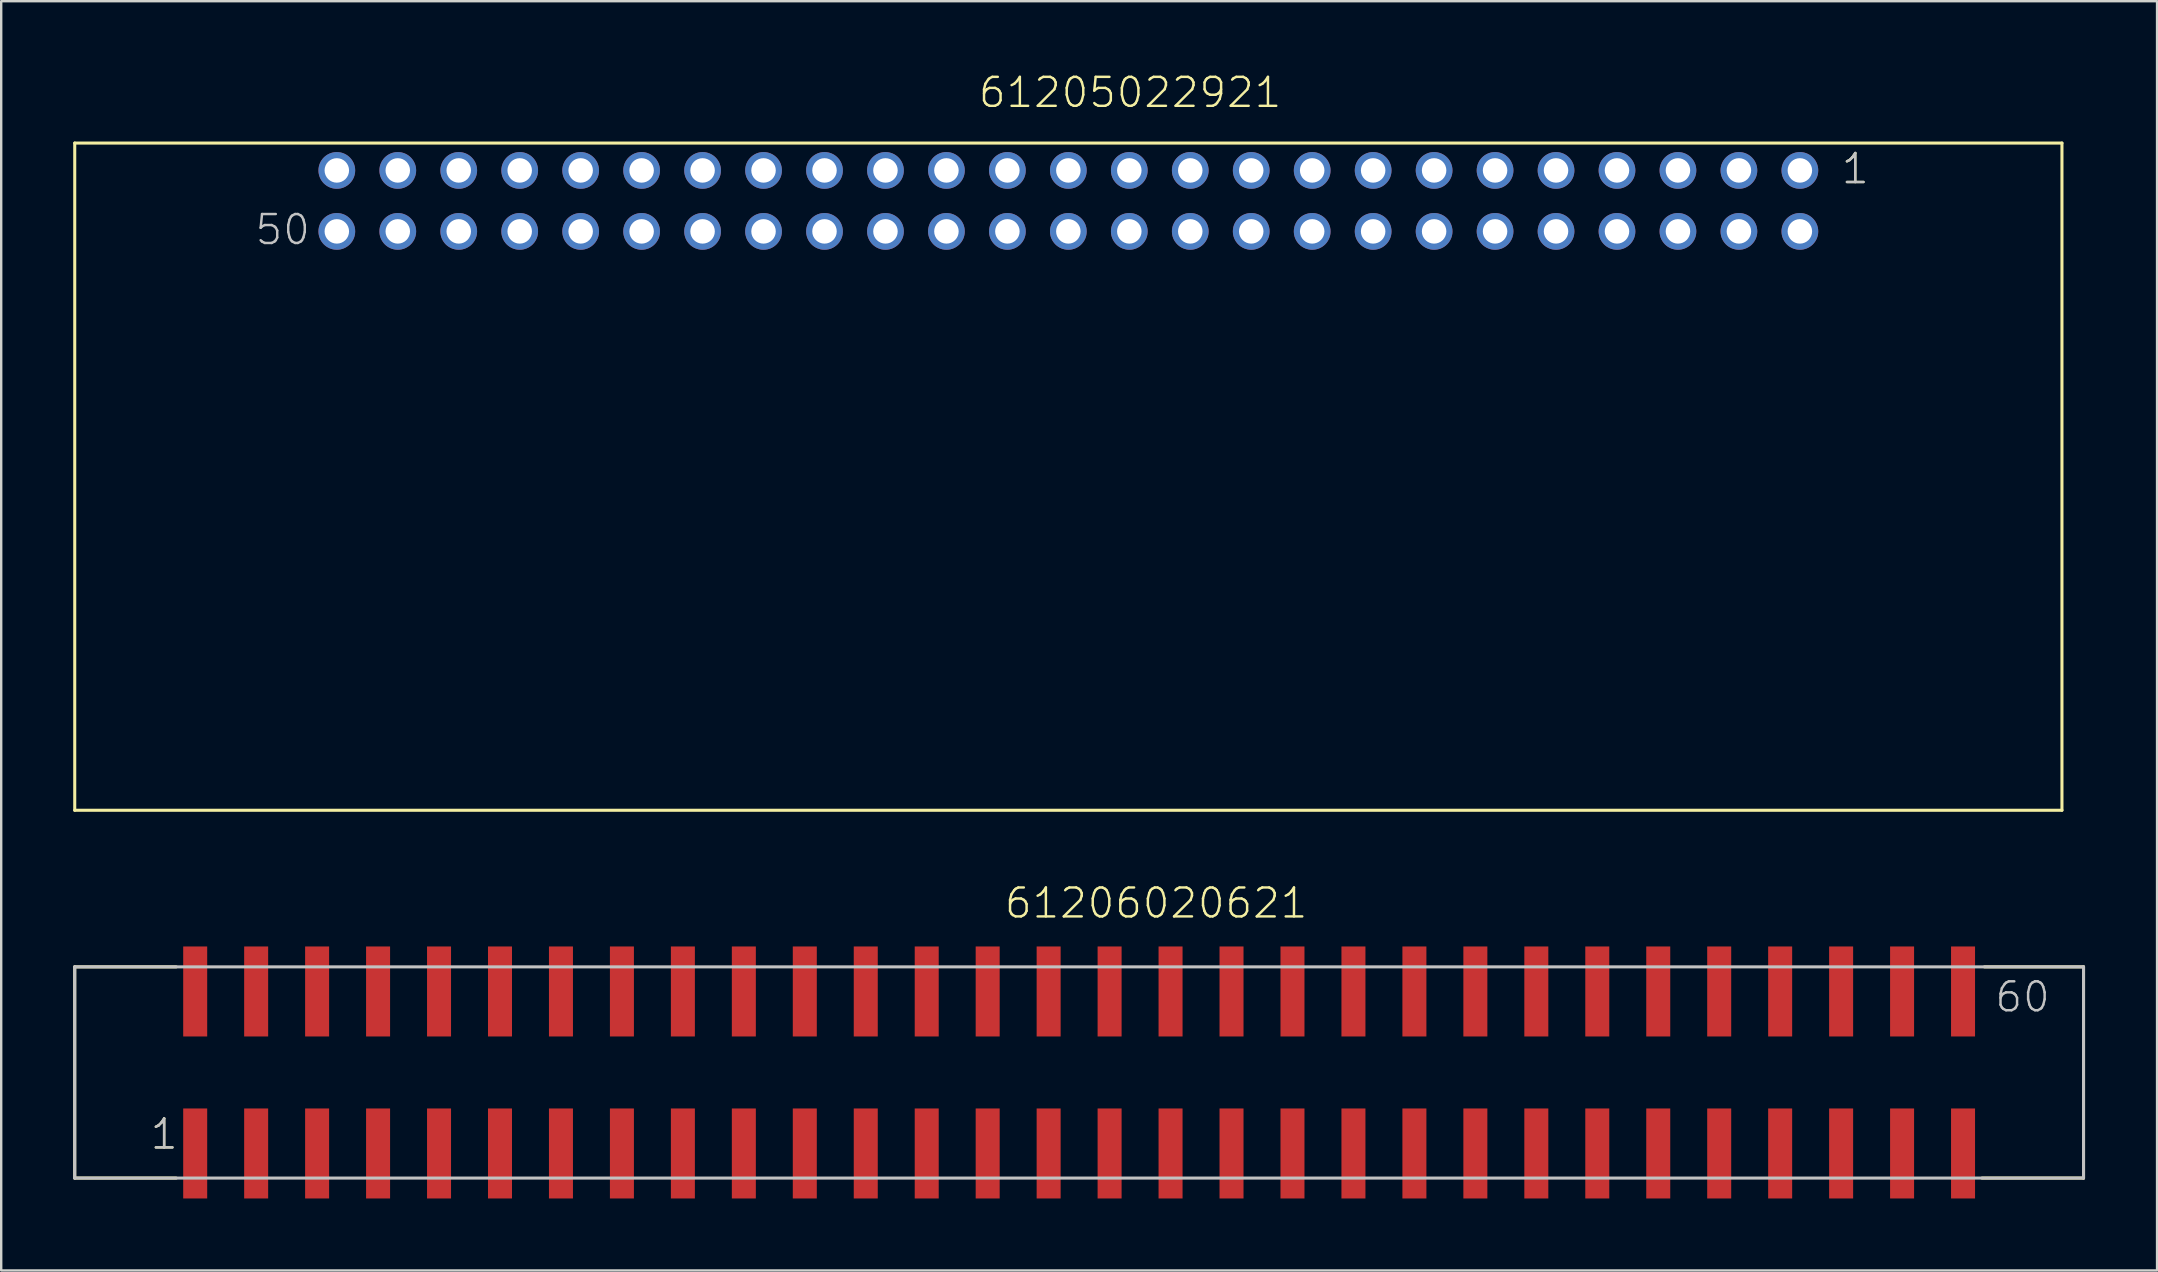
<source format=kicad_pcb>
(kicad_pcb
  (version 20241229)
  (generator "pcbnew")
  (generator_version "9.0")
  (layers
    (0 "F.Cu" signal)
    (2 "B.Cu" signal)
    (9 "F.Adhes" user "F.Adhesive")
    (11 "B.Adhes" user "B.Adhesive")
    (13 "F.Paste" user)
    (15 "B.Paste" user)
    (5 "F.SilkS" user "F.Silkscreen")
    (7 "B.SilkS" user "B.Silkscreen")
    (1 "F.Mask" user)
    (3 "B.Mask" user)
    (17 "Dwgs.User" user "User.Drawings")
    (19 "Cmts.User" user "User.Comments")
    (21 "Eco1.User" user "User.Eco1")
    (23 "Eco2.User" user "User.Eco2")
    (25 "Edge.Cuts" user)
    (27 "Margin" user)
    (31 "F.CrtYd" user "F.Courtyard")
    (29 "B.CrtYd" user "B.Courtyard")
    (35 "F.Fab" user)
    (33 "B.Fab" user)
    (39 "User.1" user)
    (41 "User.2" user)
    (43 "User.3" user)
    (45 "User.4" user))
  (footprint "61205022921"
    (layer "F.Cu")
    (at 41.464 5.321)
    (property "Reference" "61205022921" (at -3.81 -3.81 0) (layer "F.SilkS") (effects (font (size 1.206 1.206) (thickness 0.102)) (justify left bottom)))
    (attr through_hole)
    (fp_line (start -41.4 -2.41) (end -41.4 25.39) (stroke (width 0.127) (type solid)) (layer "F.SilkS"))
    (fp_line (start -41.4 -2.41) (end 41.4 -2.41) (stroke (width 0.127) (type solid)) (layer "F.SilkS"))
    (fp_line (start -41.4 25.39) (end 41.4 25.39) (stroke (width 0.127) (type solid)) (layer "F.SilkS"))
    (fp_line (start 41.4 -2.41) (end 41.4 25.39) (stroke (width 0.127) (type solid)) (layer "F.SilkS"))
    (fp_text user "1" (at 32.145 -0.635 0) (layer "F.SilkS") (effects (font (size 1.206 1.206) (thickness 0.102)) (justify left bottom)))
    (fp_text user "50" (at -33.95 1.905 0) (layer "Dwgs.User") (effects (font (size 1.206 1.206) (thickness 0.102)) (justify left bottom)))
    (fp_text user "1" (at 32.145 -0.635 0) (layer "Dwgs.User") (effects (font (size 1.206 1.206) (thickness 0.102)) (justify left bottom)))
    (pad "1" thru_hole circle (at 30.48 -1.27) (size 1.53 1.53) (drill 1.02) (layers "*.Cu" "*.Mask"))
    (pad "2" thru_hole circle (at 30.48 1.27) (size 1.53 1.53) (drill 1.02) (layers "*.Cu" "*.Mask"))
    (pad "3" thru_hole circle (at 27.94 -1.27) (size 1.53 1.53) (drill 1.02) (layers "*.Cu" "*.Mask"))
    (pad "4" thru_hole circle (at 27.94 1.27) (size 1.53 1.53) (drill 1.02) (layers "*.Cu" "*.Mask"))
    (pad "5" thru_hole circle (at 25.4 -1.27) (size 1.53 1.53) (drill 1.02) (layers "*.Cu" "*.Mask"))
    (pad "6" thru_hole circle (at 25.4 1.27) (size 1.53 1.53) (drill 1.02) (layers "*.Cu" "*.Mask"))
    (pad "7" thru_hole circle (at 22.86 -1.27) (size 1.53 1.53) (drill 1.02) (layers "*.Cu" "*.Mask"))
    (pad "8" thru_hole circle (at 22.86 1.27) (size 1.53 1.53) (drill 1.02) (layers "*.Cu" "*.Mask"))
    (pad "9" thru_hole circle (at 20.32 -1.27) (size 1.53 1.53) (drill 1.02) (layers "*.Cu" "*.Mask"))
    (pad "10" thru_hole circle (at 20.32 1.27) (size 1.53 1.53) (drill 1.02) (layers "*.Cu" "*.Mask"))
    (pad "11" thru_hole circle (at 17.78 -1.27) (size 1.53 1.53) (drill 1.02) (layers "*.Cu" "*.Mask"))
    (pad "12" thru_hole circle (at 17.78 1.27) (size 1.53 1.53) (drill 1.02) (layers "*.Cu" "*.Mask"))
    (pad "13" thru_hole circle (at 15.24 -1.27) (size 1.53 1.53) (drill 1.02) (layers "*.Cu" "*.Mask"))
    (pad "14" thru_hole circle (at 15.24 1.27) (size 1.53 1.53) (drill 1.02) (layers "*.Cu" "*.Mask"))
    (pad "15" thru_hole circle (at 12.7 -1.27) (size 1.53 1.53) (drill 1.02) (layers "*.Cu" "*.Mask"))
    (pad "16" thru_hole circle (at 12.7 1.27) (size 1.53 1.53) (drill 1.02) (layers "*.Cu" "*.Mask"))
    (pad "17" thru_hole circle (at 10.16 -1.27) (size 1.53 1.53) (drill 1.02) (layers "*.Cu" "*.Mask"))
    (pad "18" thru_hole circle (at 10.16 1.27) (size 1.53 1.53) (drill 1.02) (layers "*.Cu" "*.Mask"))
    (pad "19" thru_hole circle (at 7.62 -1.27) (size 1.53 1.53) (drill 1.02) (layers "*.Cu" "*.Mask"))
    (pad "20" thru_hole circle (at 7.62 1.27) (size 1.53 1.53) (drill 1.02) (layers "*.Cu" "*.Mask"))
    (pad "21" thru_hole circle (at 5.08 -1.27) (size 1.53 1.53) (drill 1.02) (layers "*.Cu" "*.Mask"))
    (pad "22" thru_hole circle (at 5.08 1.27) (size 1.53 1.53) (drill 1.02) (layers "*.Cu" "*.Mask"))
    (pad "23" thru_hole circle (at 2.54 -1.27) (size 1.53 1.53) (drill 1.02) (layers "*.Cu" "*.Mask"))
    (pad "24" thru_hole circle (at 2.54 1.27) (size 1.53 1.53) (drill 1.02) (layers "*.Cu" "*.Mask"))
    (pad "25" thru_hole circle (at 0 -1.27) (size 1.53 1.53) (drill 1.02) (layers "*.Cu" "*.Mask"))
    (pad "26" thru_hole circle (at 0 1.27) (size 1.53 1.53) (drill 1.02) (layers "*.Cu" "*.Mask"))
    (pad "27" thru_hole circle (at -2.54 -1.27) (size 1.53 1.53) (drill 1.02) (layers "*.Cu" "*.Mask"))
    (pad "28" thru_hole circle (at -2.54 1.27) (size 1.53 1.53) (drill 1.02) (layers "*.Cu" "*.Mask"))
    (pad "29" thru_hole circle (at -5.08 -1.27) (size 1.53 1.53) (drill 1.02) (layers "*.Cu" "*.Mask"))
    (pad "30" thru_hole circle (at -5.08 1.27) (size 1.53 1.53) (drill 1.02) (layers "*.Cu" "*.Mask"))
    (pad "31" thru_hole circle (at -7.62 -1.27) (size 1.53 1.53) (drill 1.02) (layers "*.Cu" "*.Mask"))
    (pad "32" thru_hole circle (at -7.62 1.27) (size 1.53 1.53) (drill 1.02) (layers "*.Cu" "*.Mask"))
    (pad "33" thru_hole circle (at -10.16 -1.27) (size 1.53 1.53) (drill 1.02) (layers "*.Cu" "*.Mask"))
    (pad "34" thru_hole circle (at -10.16 1.27) (size 1.53 1.53) (drill 1.02) (layers "*.Cu" "*.Mask"))
    (pad "35" thru_hole circle (at -12.7 -1.27) (size 1.53 1.53) (drill 1.02) (layers "*.Cu" "*.Mask"))
    (pad "36" thru_hole circle (at -12.7 1.27) (size 1.53 1.53) (drill 1.02) (layers "*.Cu" "*.Mask"))
    (pad "37" thru_hole circle (at -15.24 -1.27) (size 1.53 1.53) (drill 1.02) (layers "*.Cu" "*.Mask"))
    (pad "38" thru_hole circle (at -15.24 1.27) (size 1.53 1.53) (drill 1.02) (layers "*.Cu" "*.Mask"))
    (pad "39" thru_hole circle (at -17.78 -1.27) (size 1.53 1.53) (drill 1.02) (layers "*.Cu" "*.Mask"))
    (pad "40" thru_hole circle (at -17.78 1.27) (size 1.53 1.53) (drill 1.02) (layers "*.Cu" "*.Mask"))
    (pad "41" thru_hole circle (at -20.32 -1.27) (size 1.53 1.53) (drill 1.02) (layers "*.Cu" "*.Mask"))
    (pad "42" thru_hole circle (at -20.32 1.27) (size 1.53 1.53) (drill 1.02) (layers "*.Cu" "*.Mask"))
    (pad "43" thru_hole circle (at -22.86 -1.27) (size 1.53 1.53) (drill 1.02) (layers "*.Cu" "*.Mask"))
    (pad "44" thru_hole circle (at -22.86 1.27) (size 1.53 1.53) (drill 1.02) (layers "*.Cu" "*.Mask"))
    (pad "45" thru_hole circle (at -25.4 -1.27) (size 1.53 1.53) (drill 1.02) (layers "*.Cu" "*.Mask"))
    (pad "46" thru_hole circle (at -25.4 1.27) (size 1.53 1.53) (drill 1.02) (layers "*.Cu" "*.Mask"))
    (pad "47" thru_hole circle (at -27.94 -1.27) (size 1.53 1.53) (drill 1.02) (layers "*.Cu" "*.Mask"))
    (pad "48" thru_hole circle (at -27.94 1.27) (size 1.53 1.53) (drill 1.02) (layers "*.Cu" "*.Mask"))
    (pad "49" thru_hole circle (at -30.48 -1.27) (size 1.53 1.53) (drill 1.02) (layers "*.Cu" "*.Mask"))
    (pad "50" thru_hole circle (at -30.48 1.27) (size 1.53 1.53) (drill 1.02) (layers "*.Cu" "*.Mask")))
  (footprint "61206020621"
    (layer "F.Cu")
    (at 41.913 41.636)
    (property "Reference" "61206020621" (at -3.175 -6.35 0) (layer "F.SilkS") (effects (font (size 1.206 1.206) (thickness 0.102)) (justify left bottom)))
    (attr through_hole)
    (fp_line (start -41.85 -4.4) (end -41.85 4.4) (stroke (width 0.127) (type solid)) (layer "F.SilkS"))
    (fp_line (start -41.85 4.4) (end -37.62 4.4) (stroke (width 0.127) (type solid)) (layer "F.SilkS"))
    (fp_line (start -37.62 -4.4) (end -41.85 -4.4) (stroke (width 0.127) (type solid)) (layer "F.SilkS"))
    (fp_line (start 37.72 -4.4) (end 41.85 -4.4) (stroke (width 0.127) (type solid)) (layer "F.SilkS"))
    (fp_line (start 41.85 -4.4) (end 41.85 4.4) (stroke (width 0.127) (type solid)) (layer "F.SilkS"))
    (fp_line (start 41.85 4.4) (end 37.62 4.4) (stroke (width 0.127) (type solid)) (layer "F.SilkS"))
    (fp_line (start -41.85 -4.4) (end -41.85 4.4) (stroke (width 0.127) (type solid)) (layer "Dwgs.User"))
    (fp_line (start -41.85 4.4) (end 41.85 4.4) (stroke (width 0.127) (type solid)) (layer "Dwgs.User"))
    (fp_line (start 41.85 -4.4) (end -41.85 -4.4) (stroke (width 0.127) (type solid)) (layer "Dwgs.User"))
    (fp_line (start 41.85 4.4) (end 41.85 -4.4) (stroke (width 0.127) (type solid)) (layer "Dwgs.User"))
    (fp_text user "1" (at -38.765 3.275 0) (layer "F.SilkS") (effects (font (size 1.206 1.206) (thickness 0.102)) (justify left bottom)))
    (fp_text user "1" (at -38.765 3.275 0) (layer "Dwgs.User") (effects (font (size 1.206 1.206) (thickness 0.102)) (justify left bottom)))
    (fp_text user "60" (at 38.095 -2.44 0) (layer "Dwgs.User") (effects (font (size 1.206 1.206) (thickness 0.102)) (justify left bottom)))
    (pad "1" smd rect (at -36.83 3.375 180) (size 1 3.75) (layers "F.Cu" "F.Mask" "F.Paste"))
    (pad "2" smd rect (at -36.83 -3.375 180) (size 1 3.75) (layers "F.Cu" "F.Mask" "F.Paste"))
    (pad "3" smd rect (at -34.29 3.375 180) (size 1 3.75) (layers "F.Cu" "F.Mask" "F.Paste"))
    (pad "4" smd rect (at -34.29 -3.375 180) (size 1 3.75) (layers "F.Cu" "F.Mask" "F.Paste"))
    (pad "5" smd rect (at -31.75 3.375 180) (size 1 3.75) (layers "F.Cu" "F.Mask" "F.Paste"))
    (pad "6" smd rect (at -31.75 -3.375 180) (size 1 3.75) (layers "F.Cu" "F.Mask" "F.Paste"))
    (pad "7" smd rect (at -29.21 3.375 180) (size 1 3.75) (layers "F.Cu" "F.Mask" "F.Paste"))
    (pad "8" smd rect (at -29.21 -3.375 180) (size 1 3.75) (layers "F.Cu" "F.Mask" "F.Paste"))
    (pad "9" smd rect (at -26.67 3.375 180) (size 1 3.75) (layers "F.Cu" "F.Mask" "F.Paste"))
    (pad "10" smd rect (at -26.67 -3.375 180) (size 1 3.75) (layers "F.Cu" "F.Mask" "F.Paste"))
    (pad "11" smd rect (at -24.13 3.375 180) (size 1 3.75) (layers "F.Cu" "F.Mask" "F.Paste"))
    (pad "12" smd rect (at -24.13 -3.375 180) (size 1 3.75) (layers "F.Cu" "F.Mask" "F.Paste"))
    (pad "13" smd rect (at -21.59 3.375 180) (size 1 3.75) (layers "F.Cu" "F.Mask" "F.Paste"))
    (pad "14" smd rect (at -21.59 -3.375 180) (size 1 3.75) (layers "F.Cu" "F.Mask" "F.Paste"))
    (pad "15" smd rect (at -19.05 3.375 180) (size 1 3.75) (layers "F.Cu" "F.Mask" "F.Paste"))
    (pad "16" smd rect (at -19.05 -3.375 180) (size 1 3.75) (layers "F.Cu" "F.Mask" "F.Paste"))
    (pad "17" smd rect (at -16.51 3.375 180) (size 1 3.75) (layers "F.Cu" "F.Mask" "F.Paste"))
    (pad "18" smd rect (at -16.51 -3.375 180) (size 1 3.75) (layers "F.Cu" "F.Mask" "F.Paste"))
    (pad "19" smd rect (at -13.97 3.375 180) (size 1 3.75) (layers "F.Cu" "F.Mask" "F.Paste"))
    (pad "20" smd rect (at -13.97 -3.375 180) (size 1 3.75) (layers "F.Cu" "F.Mask" "F.Paste"))
    (pad "21" smd rect (at -11.43 3.375 180) (size 1 3.75) (layers "F.Cu" "F.Mask" "F.Paste"))
    (pad "22" smd rect (at -11.43 -3.375 180) (size 1 3.75) (layers "F.Cu" "F.Mask" "F.Paste"))
    (pad "23" smd rect (at -8.89 3.375 180) (size 1 3.75) (layers "F.Cu" "F.Mask" "F.Paste"))
    (pad "24" smd rect (at -8.89 -3.375 180) (size 1 3.75) (layers "F.Cu" "F.Mask" "F.Paste"))
    (pad "25" smd rect (at -6.35 3.375 180) (size 1 3.75) (layers "F.Cu" "F.Mask" "F.Paste"))
    (pad "26" smd rect (at -6.35 -3.375 180) (size 1 3.75) (layers "F.Cu" "F.Mask" "F.Paste"))
    (pad "27" smd rect (at -3.81 3.375 180) (size 1 3.75) (layers "F.Cu" "F.Mask" "F.Paste"))
    (pad "28" smd rect (at -3.81 -3.375 180) (size 1 3.75) (layers "F.Cu" "F.Mask" "F.Paste"))
    (pad "29" smd rect (at -1.27 3.375 180) (size 1 3.75) (layers "F.Cu" "F.Mask" "F.Paste"))
    (pad "30" smd rect (at -1.27 -3.375 180) (size 1 3.75) (layers "F.Cu" "F.Mask" "F.Paste"))
    (pad "31" smd rect (at 1.27 3.375 180) (size 1 3.75) (layers "F.Cu" "F.Mask" "F.Paste"))
    (pad "32" smd rect (at 1.27 -3.375 180) (size 1 3.75) (layers "F.Cu" "F.Mask" "F.Paste"))
    (pad "33" smd rect (at 3.81 3.375 180) (size 1 3.75) (layers "F.Cu" "F.Mask" "F.Paste"))
    (pad "34" smd rect (at 3.81 -3.375 180) (size 1 3.75) (layers "F.Cu" "F.Mask" "F.Paste"))
    (pad "35" smd rect (at 6.35 3.375 180) (size 1 3.75) (layers "F.Cu" "F.Mask" "F.Paste"))
    (pad "36" smd rect (at 6.35 -3.375 180) (size 1 3.75) (layers "F.Cu" "F.Mask" "F.Paste"))
    (pad "37" smd rect (at 8.89 3.375 180) (size 1 3.75) (layers "F.Cu" "F.Mask" "F.Paste"))
    (pad "38" smd rect (at 8.89 -3.375 180) (size 1 3.75) (layers "F.Cu" "F.Mask" "F.Paste"))
    (pad "39" smd rect (at 11.43 3.375 180) (size 1 3.75) (layers "F.Cu" "F.Mask" "F.Paste"))
    (pad "40" smd rect (at 11.43 -3.375 180) (size 1 3.75) (layers "F.Cu" "F.Mask" "F.Paste"))
    (pad "41" smd rect (at 13.97 3.375 180) (size 1 3.75) (layers "F.Cu" "F.Mask" "F.Paste"))
    (pad "42" smd rect (at 13.97 -3.375 180) (size 1 3.75) (layers "F.Cu" "F.Mask" "F.Paste"))
    (pad "43" smd rect (at 16.51 3.375 180) (size 1 3.75) (layers "F.Cu" "F.Mask" "F.Paste"))
    (pad "44" smd rect (at 16.51 -3.375 180) (size 1 3.75) (layers "F.Cu" "F.Mask" "F.Paste"))
    (pad "45" smd rect (at 19.05 3.375 180) (size 1 3.75) (layers "F.Cu" "F.Mask" "F.Paste"))
    (pad "46" smd rect (at 19.05 -3.375 180) (size 1 3.75) (layers "F.Cu" "F.Mask" "F.Paste"))
    (pad "47" smd rect (at 21.59 3.375 180) (size 1 3.75) (layers "F.Cu" "F.Mask" "F.Paste"))
    (pad "48" smd rect (at 21.59 -3.375 180) (size 1 3.75) (layers "F.Cu" "F.Mask" "F.Paste"))
    (pad "49" smd rect (at 24.13 3.375 180) (size 1 3.75) (layers "F.Cu" "F.Mask" "F.Paste"))
    (pad "50" smd rect (at 24.13 -3.375 180) (size 1 3.75) (layers "F.Cu" "F.Mask" "F.Paste"))
    (pad "51" smd rect (at 26.67 3.375 180) (size 1 3.75) (layers "F.Cu" "F.Mask" "F.Paste"))
    (pad "52" smd rect (at 26.67 -3.375 180) (size 1 3.75) (layers "F.Cu" "F.Mask" "F.Paste"))
    (pad "53" smd rect (at 29.21 3.375 180) (size 1 3.75) (layers "F.Cu" "F.Mask" "F.Paste"))
    (pad "54" smd rect (at 29.21 -3.375 180) (size 1 3.75) (layers "F.Cu" "F.Mask" "F.Paste"))
    (pad "55" smd rect (at 31.75 3.375 180) (size 1 3.75) (layers "F.Cu" "F.Mask" "F.Paste"))
    (pad "56" smd rect (at 31.75 -3.375 180) (size 1 3.75) (layers "F.Cu" "F.Mask" "F.Paste"))
    (pad "57" smd rect (at 34.29 3.375 180) (size 1 3.75) (layers "F.Cu" "F.Mask" "F.Paste"))
    (pad "58" smd rect (at 34.29 -3.375 180) (size 1 3.75) (layers "F.Cu" "F.Mask" "F.Paste"))
    (pad "59" smd rect (at 36.83 3.375 180) (size 1 3.75) (layers "F.Cu" "F.Mask" "F.Paste"))
    (pad "60" smd rect (at 36.83 -3.375 180) (size 1 3.75) (layers "F.Cu" "F.Mask" "F.Paste")))
  (gr_rect
    (start -3 -3)
    (end 86.827 49.886)
    (stroke (width 0.1) (type default))
    (fill no)
    (layer "Edge.Cuts")))
</source>
